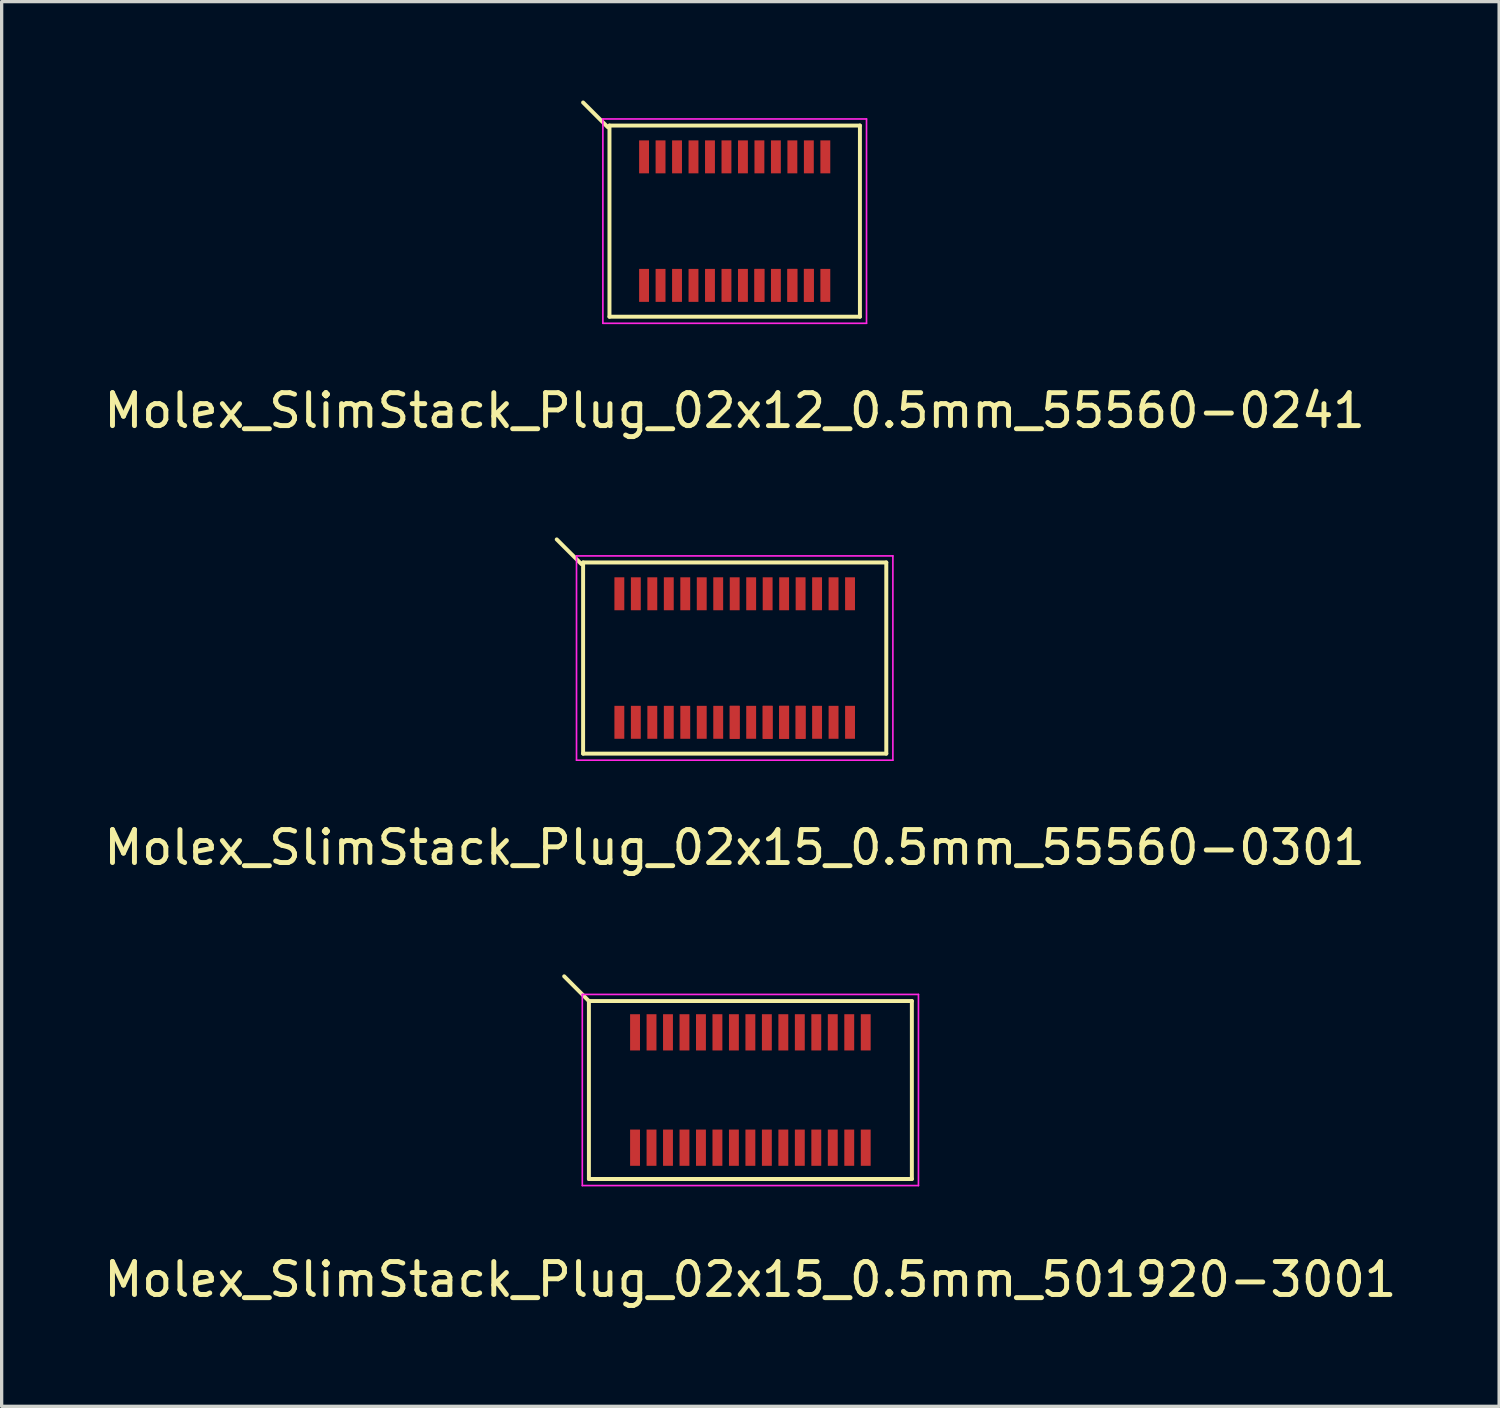
<source format=kicad_pcb>
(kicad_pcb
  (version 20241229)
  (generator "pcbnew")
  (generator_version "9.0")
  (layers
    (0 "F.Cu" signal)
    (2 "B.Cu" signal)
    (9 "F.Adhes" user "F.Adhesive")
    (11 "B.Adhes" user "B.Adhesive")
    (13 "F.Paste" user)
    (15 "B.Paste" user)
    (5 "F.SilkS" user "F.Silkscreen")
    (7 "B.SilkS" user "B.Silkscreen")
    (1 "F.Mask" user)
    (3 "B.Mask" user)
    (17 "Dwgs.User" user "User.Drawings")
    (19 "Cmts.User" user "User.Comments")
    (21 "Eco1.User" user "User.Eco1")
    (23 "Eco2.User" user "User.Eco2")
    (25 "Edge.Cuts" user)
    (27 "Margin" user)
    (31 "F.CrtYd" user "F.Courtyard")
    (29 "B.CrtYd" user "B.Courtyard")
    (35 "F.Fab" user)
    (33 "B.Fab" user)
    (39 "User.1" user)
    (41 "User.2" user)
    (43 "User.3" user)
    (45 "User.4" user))
  (footprint "Molex_SlimStack_Plug_02x12_0.5mm_55560-0241"
    (layer "F.Cu")
    (at 19.244 3.66)
    (property "Reference" "Molex_SlimStack_Plug_02x12_0.5mm_55560-0241" (at 0 5.75 0) (layer "F.SilkS") (effects (font (size 1 1) (thickness 0.15))))
    (attr smd)
    (fp_line (start -3.85 -2.85) (end -4.6 -3.6) (stroke (width 0.12) (type solid)) (layer "F.SilkS"))
    (fp_line (start -3.8 -2.9) (end -3.8 2.9) (stroke (width 0.12) (type solid)) (layer "F.SilkS"))
    (fp_line (start -3.8 2.9) (end 3.8 2.9) (stroke (width 0.12) (type solid)) (layer "F.SilkS"))
    (fp_line (start 3.8 -2.9) (end -3.8 -2.9) (stroke (width 0.12) (type solid)) (layer "F.SilkS"))
    (fp_line (start 3.8 2.9) (end 3.8 -2.9) (stroke (width 0.12) (type solid)) (layer "F.SilkS"))
    (fp_line (start -4 -3.1) (end -4 3.1) (stroke (width 0.05) (type solid)) (layer "F.CrtYd"))
    (fp_line (start -4 3.1) (end 4 3.1) (stroke (width 0.05) (type solid)) (layer "F.CrtYd"))
    (fp_line (start 4 -3.1) (end -4 -3.1) (stroke (width 0.05) (type solid)) (layer "F.CrtYd"))
    (fp_line (start 4 3.1) (end 4 -3.1) (stroke (width 0.05) (type solid)) (layer "F.CrtYd"))
    (pad "1" smd rect (at -2.75 -1.95) (size 0.3 1) (layers "F.Cu" "F.Mask" "F.Paste"))
    (pad "2" smd rect (at -2.75 1.95) (size 0.3 1) (layers "F.Cu" "F.Mask" "F.Paste"))
    (pad "3" smd rect (at -2.25 -1.95) (size 0.3 1) (layers "F.Cu" "F.Mask" "F.Paste"))
    (pad "4" smd rect (at -2.25 1.95) (size 0.3 1) (layers "F.Cu" "F.Mask" "F.Paste"))
    (pad "5" smd rect (at -1.75 -1.95) (size 0.3 1) (layers "F.Cu" "F.Mask" "F.Paste"))
    (pad "6" smd rect (at -1.75 1.95) (size 0.3 1) (layers "F.Cu" "F.Mask" "F.Paste"))
    (pad "7" smd rect (at -1.25 -1.95) (size 0.3 1) (layers "F.Cu" "F.Mask" "F.Paste"))
    (pad "8" smd rect (at -1.25 1.95) (size 0.3 1) (layers "F.Cu" "F.Mask" "F.Paste"))
    (pad "9" smd rect (at -0.75 -1.95) (size 0.3 1) (layers "F.Cu" "F.Mask" "F.Paste"))
    (pad "10" smd rect (at -0.75 1.95) (size 0.3 1) (layers "F.Cu" "F.Mask" "F.Paste"))
    (pad "11" smd rect (at -0.25 -1.95) (size 0.3 1) (layers "F.Cu" "F.Mask" "F.Paste"))
    (pad "12" smd rect (at -0.25 1.95) (size 0.3 1) (layers "F.Cu" "F.Mask" "F.Paste"))
    (pad "13" smd rect (at 0.25 -1.95) (size 0.3 1) (layers "F.Cu" "F.Mask" "F.Paste"))
    (pad "14" smd rect (at 0.25 1.95) (size 0.3 1) (layers "F.Cu" "F.Mask" "F.Paste"))
    (pad "15" smd rect (at 0.75 -1.95) (size 0.3 1) (layers "F.Cu" "F.Mask" "F.Paste"))
    (pad "16" smd rect (at 0.75 1.95) (size 0.3 1) (layers "F.Cu" "F.Mask" "F.Paste"))
    (pad "16" smd rect (at 0.75 1.95) (size 0.3 1) (layers "F.Cu" "F.Mask" "F.Paste"))
    (pad "17" smd rect (at 1.25 -1.95) (size 0.3 1) (layers "F.Cu" "F.Mask" "F.Paste"))
    (pad "18" smd rect (at 1.25 1.95) (size 0.3 1) (layers "F.Cu" "F.Mask" "F.Paste"))
    (pad "19" smd rect (at 1.75 -1.95) (size 0.3 1) (layers "F.Cu" "F.Mask" "F.Paste"))
    (pad "20" smd rect (at 1.75 1.95) (size 0.3 1) (layers "F.Cu" "F.Mask" "F.Paste"))
    (pad "20" smd rect (at 1.75 1.95) (size 0.3 1) (layers "F.Cu" "F.Mask" "F.Paste"))
    (pad "21" smd rect (at 2.25 -1.95) (size 0.3 1) (layers "F.Cu" "F.Mask" "F.Paste"))
    (pad "22" smd rect (at 2.25 1.95) (size 0.3 1) (layers "F.Cu" "F.Mask" "F.Paste"))
    (pad "22" smd rect (at 2.25 1.95) (size 0.3 1) (layers "F.Cu" "F.Mask" "F.Paste"))
    (pad "23" smd rect (at 2.75 -1.95) (size 0.3 1) (layers "F.Cu" "F.Mask" "F.Paste"))
    (pad "24" smd rect (at 2.75 1.95) (size 0.3 1) (layers "F.Cu" "F.Mask" "F.Paste")))
  (footprint "Molex_SlimStack_Plug_02x15_0.5mm_55560-0301"
    (layer "F.Cu")
    (at 19.244 16.918)
    (property "Reference" "Molex_SlimStack_Plug_02x15_0.5mm_55560-0301" (at 0 5.75 0) (layer "F.SilkS") (effects (font (size 1 1) (thickness 0.15))))
    (attr smd)
    (fp_line (start -4.65 -2.85) (end -5.4 -3.6) (stroke (width 0.12) (type solid)) (layer "F.SilkS"))
    (fp_line (start -4.6 -2.9) (end -4.6 2.9) (stroke (width 0.12) (type solid)) (layer "F.SilkS"))
    (fp_line (start -4.6 2.9) (end 4.6 2.9) (stroke (width 0.12) (type solid)) (layer "F.SilkS"))
    (fp_line (start 4.6 -2.9) (end -4.6 -2.9) (stroke (width 0.12) (type solid)) (layer "F.SilkS"))
    (fp_line (start 4.6 2.9) (end 4.6 -2.9) (stroke (width 0.12) (type solid)) (layer "F.SilkS"))
    (fp_line (start -4.8 -3.1) (end -4.8 3.1) (stroke (width 0.05) (type solid)) (layer "F.CrtYd"))
    (fp_line (start -4.8 3.1) (end 4.8 3.1) (stroke (width 0.05) (type solid)) (layer "F.CrtYd"))
    (fp_line (start 4.8 -3.1) (end -4.8 -3.1) (stroke (width 0.05) (type solid)) (layer "F.CrtYd"))
    (fp_line (start 4.8 3.1) (end 4.8 -3.1) (stroke (width 0.05) (type solid)) (layer "F.CrtYd"))
    (pad "1" smd rect (at -3.5 -1.95) (size 0.3 1) (layers "F.Cu" "F.Mask" "F.Paste"))
    (pad "2" smd rect (at -3.5 1.95) (size 0.3 1) (layers "F.Cu" "F.Mask" "F.Paste"))
    (pad "3" smd rect (at -3 -1.95) (size 0.3 1) (layers "F.Cu" "F.Mask" "F.Paste"))
    (pad "4" smd rect (at -3 1.95) (size 0.3 1) (layers "F.Cu" "F.Mask" "F.Paste"))
    (pad "5" smd rect (at -2.5 -1.95) (size 0.3 1) (layers "F.Cu" "F.Mask" "F.Paste"))
    (pad "6" smd rect (at -2.5 1.95) (size 0.3 1) (layers "F.Cu" "F.Mask" "F.Paste"))
    (pad "7" smd rect (at -2 -1.95) (size 0.3 1) (layers "F.Cu" "F.Mask" "F.Paste"))
    (pad "8" smd rect (at -2 1.95) (size 0.3 1) (layers "F.Cu" "F.Mask" "F.Paste"))
    (pad "9" smd rect (at -1.5 -1.95) (size 0.3 1) (layers "F.Cu" "F.Mask" "F.Paste"))
    (pad "10" smd rect (at -1.5 1.95) (size 0.3 1) (layers "F.Cu" "F.Mask" "F.Paste"))
    (pad "11" smd rect (at -1 -1.95) (size 0.3 1) (layers "F.Cu" "F.Mask" "F.Paste"))
    (pad "12" smd rect (at -1 1.95) (size 0.3 1) (layers "F.Cu" "F.Mask" "F.Paste"))
    (pad "13" smd rect (at -0.5 -1.95) (size 0.3 1) (layers "F.Cu" "F.Mask" "F.Paste"))
    (pad "14" smd rect (at -0.5 1.95) (size 0.3 1) (layers "F.Cu" "F.Mask" "F.Paste"))
    (pad "15" smd rect (at 0 -1.95) (size 0.3 1) (layers "F.Cu" "F.Mask" "F.Paste"))
    (pad "16" smd rect (at 0 1.95) (size 0.3 1) (layers "F.Cu" "F.Mask" "F.Paste"))
    (pad "16" smd rect (at 0 1.95) (size 0.3 1) (layers "F.Cu" "F.Mask" "F.Paste"))
    (pad "17" smd rect (at 0.5 -1.95) (size 0.3 1) (layers "F.Cu" "F.Mask" "F.Paste"))
    (pad "18" smd rect (at 0.5 1.95) (size 0.3 1) (layers "F.Cu" "F.Mask" "F.Paste"))
    (pad "19" smd rect (at 1 -1.95) (size 0.3 1) (layers "F.Cu" "F.Mask" "F.Paste"))
    (pad "20" smd rect (at 1 1.95) (size 0.3 1) (layers "F.Cu" "F.Mask" "F.Paste"))
    (pad "20" smd rect (at 1 1.95) (size 0.3 1) (layers "F.Cu" "F.Mask" "F.Paste"))
    (pad "21" smd rect (at 1.5 -1.95) (size 0.3 1) (layers "F.Cu" "F.Mask" "F.Paste"))
    (pad "22" smd rect (at 1.5 1.95) (size 0.3 1) (layers "F.Cu" "F.Mask" "F.Paste"))
    (pad "22" smd rect (at 1.5 1.95) (size 0.3 1) (layers "F.Cu" "F.Mask" "F.Paste"))
    (pad "23" smd rect (at 2 -1.95) (size 0.3 1) (layers "F.Cu" "F.Mask" "F.Paste"))
    (pad "24" smd rect (at 2 1.95) (size 0.3 1) (layers "F.Cu" "F.Mask" "F.Paste"))
    (pad "24" smd rect (at 2 1.95) (size 0.3 1) (layers "F.Cu" "F.Mask" "F.Paste"))
    (pad "25" smd rect (at 2.5 -1.95) (size 0.3 1) (layers "F.Cu" "F.Mask" "F.Paste"))
    (pad "26" smd rect (at 2.5 1.95) (size 0.3 1) (layers "F.Cu" "F.Mask" "F.Paste"))
    (pad "27" smd rect (at 3 -1.95) (size 0.3 1) (layers "F.Cu" "F.Mask" "F.Paste"))
    (pad "28" smd rect (at 3 1.95) (size 0.3 1) (layers "F.Cu" "F.Mask" "F.Paste"))
    (pad "29" smd rect (at 3.5 -1.95) (size 0.3 1) (layers "F.Cu" "F.Mask" "F.Paste"))
    (pad "30" smd rect (at 3.5 1.95) (size 0.3 1) (layers "F.Cu" "F.Mask" "F.Paste")))
  (footprint "Molex_SlimStack_Plug_02x15_0.5mm_501920-3001"
    (layer "F.Cu")
    (at 19.72 30.026)
    (property "Reference" "Molex_SlimStack_Plug_02x15_0.5mm_501920-3001" (at 0 5.75 0) (layer "F.SilkS") (effects (font (size 1 1) (thickness 0.15))))
    (attr smd)
    (fp_line (start -4.9 -2.7) (end -5.65 -3.45) (stroke (width 0.12) (type solid)) (layer "F.SilkS"))
    (fp_line (start -4.9 -2.7) (end -4.9 2.7) (stroke (width 0.12) (type solid)) (layer "F.SilkS"))
    (fp_line (start -4.9 2.7) (end 4.9 2.7) (stroke (width 0.12) (type solid)) (layer "F.SilkS"))
    (fp_line (start 4.9 -2.7) (end -4.9 -2.7) (stroke (width 0.12) (type solid)) (layer "F.SilkS"))
    (fp_line (start 4.9 2.7) (end 4.9 -2.7) (stroke (width 0.12) (type solid)) (layer "F.SilkS"))
    (fp_line (start -5.1 -2.9) (end -5.1 2.9) (stroke (width 0.05) (type solid)) (layer "F.CrtYd"))
    (fp_line (start -5.1 2.9) (end 5.1 2.9) (stroke (width 0.05) (type solid)) (layer "F.CrtYd"))
    (fp_line (start 5.1 -2.9) (end -5.1 -2.9) (stroke (width 0.05) (type solid)) (layer "F.CrtYd"))
    (fp_line (start 5.1 2.9) (end 5.1 -2.9) (stroke (width 0.05) (type solid)) (layer "F.CrtYd"))
    (pad "1" smd rect (at -3.5 -1.75) (size 0.3 1.1) (layers "F.Cu" "F.Mask" "F.Paste"))
    (pad "2" smd rect (at -3.5 1.75) (size 0.3 1.1) (layers "F.Cu" "F.Mask" "F.Paste"))
    (pad "3" smd rect (at -3 -1.75) (size 0.3 1.1) (layers "F.Cu" "F.Mask" "F.Paste"))
    (pad "4" smd rect (at -3 1.75) (size 0.3 1.1) (layers "F.Cu" "F.Mask" "F.Paste"))
    (pad "5" smd rect (at -2.5 -1.75) (size 0.3 1.1) (layers "F.Cu" "F.Mask" "F.Paste"))
    (pad "6" smd rect (at -2.5 1.75) (size 0.3 1.1) (layers "F.Cu" "F.Mask" "F.Paste"))
    (pad "7" smd rect (at -2 -1.75) (size 0.3 1.1) (layers "F.Cu" "F.Mask" "F.Paste"))
    (pad "8" smd rect (at -2 1.75) (size 0.3 1.1) (layers "F.Cu" "F.Mask" "F.Paste"))
    (pad "9" smd rect (at -1.5 -1.75) (size 0.3 1.1) (layers "F.Cu" "F.Mask" "F.Paste"))
    (pad "10" smd rect (at -1.5 1.75) (size 0.3 1.1) (layers "F.Cu" "F.Mask" "F.Paste"))
    (pad "11" smd rect (at -1 -1.75) (size 0.3 1.1) (layers "F.Cu" "F.Mask" "F.Paste"))
    (pad "12" smd rect (at -1 1.75) (size 0.3 1.1) (layers "F.Cu" "F.Mask" "F.Paste"))
    (pad "13" smd rect (at -0.5 -1.75) (size 0.3 1.1) (layers "F.Cu" "F.Mask" "F.Paste"))
    (pad "14" smd rect (at -0.5 1.75) (size 0.3 1.1) (layers "F.Cu" "F.Mask" "F.Paste"))
    (pad "15" smd rect (at 0 -1.75) (size 0.3 1.1) (layers "F.Cu" "F.Mask" "F.Paste"))
    (pad "16" smd rect (at 0 1.75) (size 0.3 1.1) (layers "F.Cu" "F.Mask" "F.Paste"))
    (pad "17" smd rect (at 0.5 -1.75) (size 0.3 1.1) (layers "F.Cu" "F.Mask" "F.Paste"))
    (pad "18" smd rect (at 0.5 1.75) (size 0.3 1.1) (layers "F.Cu" "F.Mask" "F.Paste"))
    (pad "19" smd rect (at 1 -1.75) (size 0.3 1.1) (layers "F.Cu" "F.Mask" "F.Paste"))
    (pad "20" smd rect (at 1 1.75) (size 0.3 1.1) (layers "F.Cu" "F.Mask" "F.Paste"))
    (pad "21" smd rect (at 1.5 -1.75) (size 0.3 1.1) (layers "F.Cu" "F.Mask" "F.Paste"))
    (pad "22" smd rect (at 1.5 1.75) (size 0.3 1.1) (layers "F.Cu" "F.Mask" "F.Paste"))
    (pad "23" smd rect (at 2 -1.75) (size 0.3 1.1) (layers "F.Cu" "F.Mask" "F.Paste"))
    (pad "24" smd rect (at 2 1.75) (size 0.3 1.1) (layers "F.Cu" "F.Mask" "F.Paste"))
    (pad "25" smd rect (at 2.5 -1.75) (size 0.3 1.1) (layers "F.Cu" "F.Mask" "F.Paste"))
    (pad "26" smd rect (at 2.5 1.75) (size 0.3 1.1) (layers "F.Cu" "F.Mask" "F.Paste"))
    (pad "27" smd rect (at 3 -1.75) (size 0.3 1.1) (layers "F.Cu" "F.Mask" "F.Paste"))
    (pad "28" smd rect (at 3 1.75) (size 0.3 1.1) (layers "F.Cu" "F.Mask" "F.Paste"))
    (pad "29" smd rect (at 3.5 -1.75) (size 0.3 1.1) (layers "F.Cu" "F.Mask" "F.Paste"))
    (pad "30" smd rect (at 3.5 1.75) (size 0.3 1.1) (layers "F.Cu" "F.Mask" "F.Paste")))
  (gr_rect
    (start -3 -3)
    (end 42.44 39.625)
    (stroke (width 0.1) (type default))
    (fill no)
    (layer "Edge.Cuts")))
</source>
